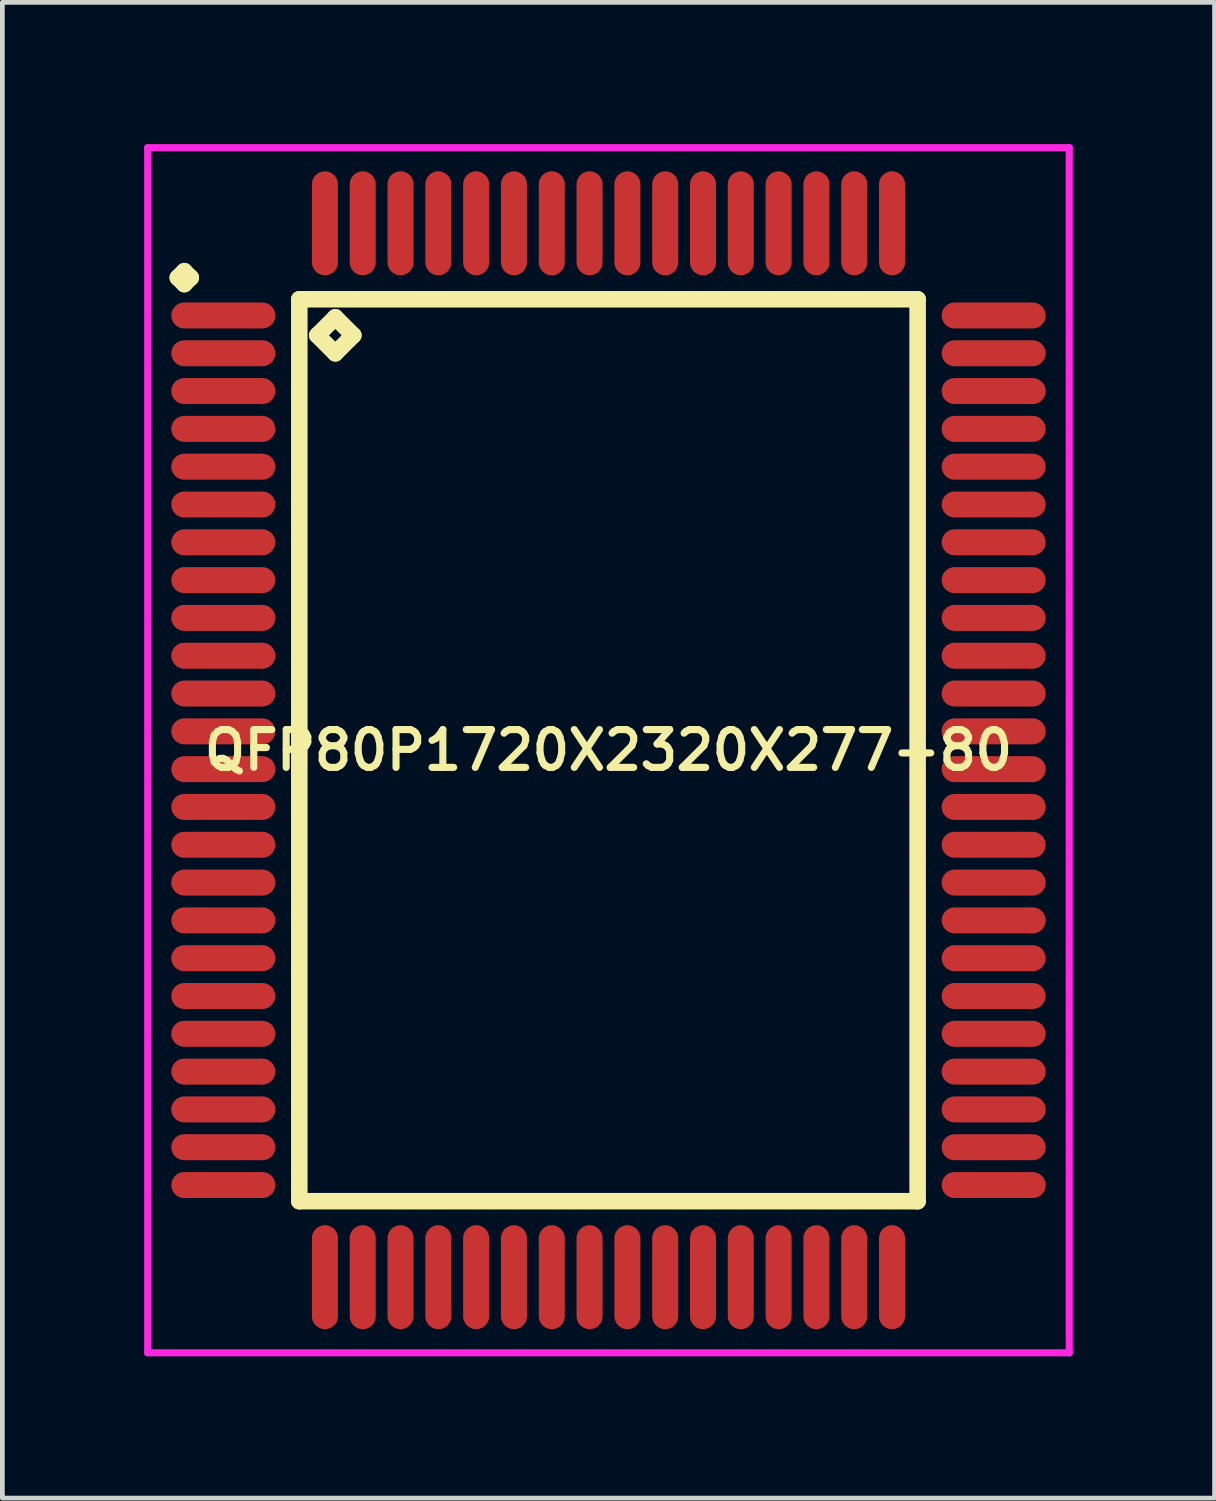
<source format=kicad_pcb>
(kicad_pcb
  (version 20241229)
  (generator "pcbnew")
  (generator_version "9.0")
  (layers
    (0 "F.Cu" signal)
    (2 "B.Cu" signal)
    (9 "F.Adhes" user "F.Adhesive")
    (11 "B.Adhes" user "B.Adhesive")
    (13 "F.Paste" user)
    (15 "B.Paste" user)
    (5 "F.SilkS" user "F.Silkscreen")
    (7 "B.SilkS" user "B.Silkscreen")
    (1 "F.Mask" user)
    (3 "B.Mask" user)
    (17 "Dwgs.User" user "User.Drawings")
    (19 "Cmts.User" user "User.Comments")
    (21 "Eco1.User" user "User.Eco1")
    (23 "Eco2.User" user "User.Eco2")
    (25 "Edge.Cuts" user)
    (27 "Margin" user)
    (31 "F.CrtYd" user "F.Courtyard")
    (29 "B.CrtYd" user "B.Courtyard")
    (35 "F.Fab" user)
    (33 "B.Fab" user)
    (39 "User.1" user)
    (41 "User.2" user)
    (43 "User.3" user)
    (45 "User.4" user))
  (footprint "QFP80P1720X2320X277-80"
    (layer "F.Cu")
    (at 9.825 12.825)
    (property "Reference" "QFP80P1720X2320X277-80" (at 0 0 0) (layer "F.SilkS") (effects (font (size 0.8 0.8) (thickness 0.15))))
    (attr smd)
    (fp_line (start -9.113 -10) (end -8.975 -10.137) (stroke (width 0.35) (type solid)) (layer "F.SilkS"))
    (fp_line (start -8.975 -10.137) (end -8.838 -10) (stroke (width 0.35) (type solid)) (layer "F.SilkS"))
    (fp_line (start -8.975 -9.863) (end -9.113 -10) (stroke (width 0.35) (type solid)) (layer "F.SilkS"))
    (fp_line (start -8.838 -10) (end -8.975 -9.863) (stroke (width 0.35) (type solid)) (layer "F.SilkS"))
    (fp_line (start -6.542 -9.542) (end -6.542 9.542) (stroke (width 0.35) (type solid)) (layer "F.SilkS"))
    (fp_line (start -6.542 9.542) (end 6.542 9.542) (stroke (width 0.35) (type solid)) (layer "F.SilkS"))
    (fp_line (start -6.161 -8.78) (end -5.78 -9.161) (stroke (width 0.35) (type solid)) (layer "F.SilkS"))
    (fp_line (start -5.78 -9.161) (end -5.399 -8.78) (stroke (width 0.35) (type solid)) (layer "F.SilkS"))
    (fp_line (start -5.78 -8.399) (end -6.161 -8.78) (stroke (width 0.35) (type solid)) (layer "F.SilkS"))
    (fp_line (start -5.399 -8.78) (end -5.78 -8.399) (stroke (width 0.35) (type solid)) (layer "F.SilkS"))
    (fp_line (start 6.542 -9.542) (end -6.542 -9.542) (stroke (width 0.35) (type solid)) (layer "F.SilkS"))
    (fp_line (start 6.542 9.542) (end 6.542 -9.542) (stroke (width 0.35) (type solid)) (layer "F.SilkS"))
    (fp_line (start -9.75 -12.75) (end 9.75 -12.75) (stroke (width 0.15) (type solid)) (layer "F.CrtYd"))
    (fp_line (start -9.75 12.75) (end -9.75 -12.75) (stroke (width 0.15) (type solid)) (layer "F.CrtYd"))
    (fp_line (start 9.75 -12.75) (end 9.75 12.75) (stroke (width 0.15) (type solid)) (layer "F.CrtYd"))
    (fp_line (start 9.75 12.75) (end -9.75 12.75) (stroke (width 0.15) (type solid)) (layer "F.CrtYd"))
    (pad "1" smd oval (at -8.15 -9.2) (size 2.2 0.55) (layers "F.Cu" "F.Mask" "F.Paste"))
    (pad "2" smd oval (at -8.15 -8.4) (size 2.2 0.55) (layers "F.Cu" "F.Mask" "F.Paste"))
    (pad "3" smd oval (at -8.15 -7.6) (size 2.2 0.55) (layers "F.Cu" "F.Mask" "F.Paste"))
    (pad "4" smd oval (at -8.15 -6.8) (size 2.2 0.55) (layers "F.Cu" "F.Mask" "F.Paste"))
    (pad "5" smd oval (at -8.15 -6) (size 2.2 0.55) (layers "F.Cu" "F.Mask" "F.Paste"))
    (pad "6" smd oval (at -8.15 -5.2) (size 2.2 0.55) (layers "F.Cu" "F.Mask" "F.Paste"))
    (pad "7" smd oval (at -8.15 -4.4) (size 2.2 0.55) (layers "F.Cu" "F.Mask" "F.Paste"))
    (pad "8" smd oval (at -8.15 -3.6) (size 2.2 0.55) (layers "F.Cu" "F.Mask" "F.Paste"))
    (pad "9" smd oval (at -8.15 -2.8) (size 2.2 0.55) (layers "F.Cu" "F.Mask" "F.Paste"))
    (pad "10" smd oval (at -8.15 -2) (size 2.2 0.55) (layers "F.Cu" "F.Mask" "F.Paste"))
    (pad "11" smd oval (at -8.15 -1.2) (size 2.2 0.55) (layers "F.Cu" "F.Mask" "F.Paste"))
    (pad "12" smd oval (at -8.15 -0.4) (size 2.2 0.55) (layers "F.Cu" "F.Mask" "F.Paste"))
    (pad "13" smd oval (at -8.15 0.4) (size 2.2 0.55) (layers "F.Cu" "F.Mask" "F.Paste"))
    (pad "14" smd oval (at -8.15 1.2) (size 2.2 0.55) (layers "F.Cu" "F.Mask" "F.Paste"))
    (pad "15" smd oval (at -8.15 2) (size 2.2 0.55) (layers "F.Cu" "F.Mask" "F.Paste"))
    (pad "16" smd oval (at -8.15 2.8) (size 2.2 0.55) (layers "F.Cu" "F.Mask" "F.Paste"))
    (pad "17" smd oval (at -8.15 3.6) (size 2.2 0.55) (layers "F.Cu" "F.Mask" "F.Paste"))
    (pad "18" smd oval (at -8.15 4.4) (size 2.2 0.55) (layers "F.Cu" "F.Mask" "F.Paste"))
    (pad "19" smd oval (at -8.15 5.2) (size 2.2 0.55) (layers "F.Cu" "F.Mask" "F.Paste"))
    (pad "20" smd oval (at -8.15 6) (size 2.2 0.55) (layers "F.Cu" "F.Mask" "F.Paste"))
    (pad "21" smd oval (at -8.15 6.8) (size 2.2 0.55) (layers "F.Cu" "F.Mask" "F.Paste"))
    (pad "22" smd oval (at -8.15 7.6) (size 2.2 0.55) (layers "F.Cu" "F.Mask" "F.Paste"))
    (pad "23" smd oval (at -8.15 8.4) (size 2.2 0.55) (layers "F.Cu" "F.Mask" "F.Paste"))
    (pad "24" smd oval (at -8.15 9.2) (size 2.2 0.55) (layers "F.Cu" "F.Mask" "F.Paste"))
    (pad "25" smd oval (at -6 11.15) (size 0.55 2.2) (layers "F.Cu" "F.Mask" "F.Paste"))
    (pad "26" smd oval (at -5.2 11.15) (size 0.55 2.2) (layers "F.Cu" "F.Mask" "F.Paste"))
    (pad "27" smd oval (at -4.4 11.15) (size 0.55 2.2) (layers "F.Cu" "F.Mask" "F.Paste"))
    (pad "28" smd oval (at -3.6 11.15) (size 0.55 2.2) (layers "F.Cu" "F.Mask" "F.Paste"))
    (pad "29" smd oval (at -2.8 11.15) (size 0.55 2.2) (layers "F.Cu" "F.Mask" "F.Paste"))
    (pad "30" smd oval (at -2 11.15) (size 0.55 2.2) (layers "F.Cu" "F.Mask" "F.Paste"))
    (pad "31" smd oval (at -1.2 11.15) (size 0.55 2.2) (layers "F.Cu" "F.Mask" "F.Paste"))
    (pad "32" smd oval (at -0.4 11.15) (size 0.55 2.2) (layers "F.Cu" "F.Mask" "F.Paste"))
    (pad "33" smd oval (at 0.4 11.15) (size 0.55 2.2) (layers "F.Cu" "F.Mask" "F.Paste"))
    (pad "34" smd oval (at 1.2 11.15) (size 0.55 2.2) (layers "F.Cu" "F.Mask" "F.Paste"))
    (pad "35" smd oval (at 2 11.15) (size 0.55 2.2) (layers "F.Cu" "F.Mask" "F.Paste"))
    (pad "36" smd oval (at 2.8 11.15) (size 0.55 2.2) (layers "F.Cu" "F.Mask" "F.Paste"))
    (pad "37" smd oval (at 3.6 11.15) (size 0.55 2.2) (layers "F.Cu" "F.Mask" "F.Paste"))
    (pad "38" smd oval (at 4.4 11.15) (size 0.55 2.2) (layers "F.Cu" "F.Mask" "F.Paste"))
    (pad "39" smd oval (at 5.2 11.15) (size 0.55 2.2) (layers "F.Cu" "F.Mask" "F.Paste"))
    (pad "40" smd oval (at 6 11.15) (size 0.55 2.2) (layers "F.Cu" "F.Mask" "F.Paste"))
    (pad "41" smd oval (at 8.15 9.2) (size 2.2 0.55) (layers "F.Cu" "F.Mask" "F.Paste"))
    (pad "42" smd oval (at 8.15 8.4) (size 2.2 0.55) (layers "F.Cu" "F.Mask" "F.Paste"))
    (pad "43" smd oval (at 8.15 7.6) (size 2.2 0.55) (layers "F.Cu" "F.Mask" "F.Paste"))
    (pad "44" smd oval (at 8.15 6.8) (size 2.2 0.55) (layers "F.Cu" "F.Mask" "F.Paste"))
    (pad "45" smd oval (at 8.15 6) (size 2.2 0.55) (layers "F.Cu" "F.Mask" "F.Paste"))
    (pad "46" smd oval (at 8.15 5.2) (size 2.2 0.55) (layers "F.Cu" "F.Mask" "F.Paste"))
    (pad "47" smd oval (at 8.15 4.4) (size 2.2 0.55) (layers "F.Cu" "F.Mask" "F.Paste"))
    (pad "48" smd oval (at 8.15 3.6) (size 2.2 0.55) (layers "F.Cu" "F.Mask" "F.Paste"))
    (pad "49" smd oval (at 8.15 2.8) (size 2.2 0.55) (layers "F.Cu" "F.Mask" "F.Paste"))
    (pad "50" smd oval (at 8.15 2) (size 2.2 0.55) (layers "F.Cu" "F.Mask" "F.Paste"))
    (pad "51" smd oval (at 8.15 1.2) (size 2.2 0.55) (layers "F.Cu" "F.Mask" "F.Paste"))
    (pad "52" smd oval (at 8.15 0.4) (size 2.2 0.55) (layers "F.Cu" "F.Mask" "F.Paste"))
    (pad "53" smd oval (at 8.15 -0.4) (size 2.2 0.55) (layers "F.Cu" "F.Mask" "F.Paste"))
    (pad "54" smd oval (at 8.15 -1.2) (size 2.2 0.55) (layers "F.Cu" "F.Mask" "F.Paste"))
    (pad "55" smd oval (at 8.15 -2) (size 2.2 0.55) (layers "F.Cu" "F.Mask" "F.Paste"))
    (pad "56" smd oval (at 8.15 -2.8) (size 2.2 0.55) (layers "F.Cu" "F.Mask" "F.Paste"))
    (pad "57" smd oval (at 8.15 -3.6) (size 2.2 0.55) (layers "F.Cu" "F.Mask" "F.Paste"))
    (pad "58" smd oval (at 8.15 -4.4) (size 2.2 0.55) (layers "F.Cu" "F.Mask" "F.Paste"))
    (pad "59" smd oval (at 8.15 -5.2) (size 2.2 0.55) (layers "F.Cu" "F.Mask" "F.Paste"))
    (pad "60" smd oval (at 8.15 -6) (size 2.2 0.55) (layers "F.Cu" "F.Mask" "F.Paste"))
    (pad "61" smd oval (at 8.15 -6.8) (size 2.2 0.55) (layers "F.Cu" "F.Mask" "F.Paste"))
    (pad "62" smd oval (at 8.15 -7.6) (size 2.2 0.55) (layers "F.Cu" "F.Mask" "F.Paste"))
    (pad "63" smd oval (at 8.15 -8.4) (size 2.2 0.55) (layers "F.Cu" "F.Mask" "F.Paste"))
    (pad "64" smd oval (at 8.15 -9.2) (size 2.2 0.55) (layers "F.Cu" "F.Mask" "F.Paste"))
    (pad "65" smd oval (at 6 -11.15) (size 0.55 2.2) (layers "F.Cu" "F.Mask" "F.Paste"))
    (pad "66" smd oval (at 5.2 -11.15) (size 0.55 2.2) (layers "F.Cu" "F.Mask" "F.Paste"))
    (pad "67" smd oval (at 4.4 -11.15) (size 0.55 2.2) (layers "F.Cu" "F.Mask" "F.Paste"))
    (pad "68" smd oval (at 3.6 -11.15) (size 0.55 2.2) (layers "F.Cu" "F.Mask" "F.Paste"))
    (pad "69" smd oval (at 2.8 -11.15) (size 0.55 2.2) (layers "F.Cu" "F.Mask" "F.Paste"))
    (pad "70" smd oval (at 2 -11.15) (size 0.55 2.2) (layers "F.Cu" "F.Mask" "F.Paste"))
    (pad "71" smd oval (at 1.2 -11.15) (size 0.55 2.2) (layers "F.Cu" "F.Mask" "F.Paste"))
    (pad "72" smd oval (at 0.4 -11.15) (size 0.55 2.2) (layers "F.Cu" "F.Mask" "F.Paste"))
    (pad "73" smd oval (at -0.4 -11.15) (size 0.55 2.2) (layers "F.Cu" "F.Mask" "F.Paste"))
    (pad "74" smd oval (at -1.2 -11.15) (size 0.55 2.2) (layers "F.Cu" "F.Mask" "F.Paste"))
    (pad "75" smd oval (at -2 -11.15) (size 0.55 2.2) (layers "F.Cu" "F.Mask" "F.Paste"))
    (pad "76" smd oval (at -2.8 -11.15) (size 0.55 2.2) (layers "F.Cu" "F.Mask" "F.Paste"))
    (pad "77" smd oval (at -3.6 -11.15) (size 0.55 2.2) (layers "F.Cu" "F.Mask" "F.Paste"))
    (pad "78" smd oval (at -4.4 -11.15) (size 0.55 2.2) (layers "F.Cu" "F.Mask" "F.Paste"))
    (pad "79" smd oval (at -5.2 -11.15) (size 0.55 2.2) (layers "F.Cu" "F.Mask" "F.Paste"))
    (pad "80" smd oval (at -6 -11.15) (size 0.55 2.2) (layers "F.Cu" "F.Mask" "F.Paste")))
  (gr_rect
    (start -3 -3)
    (end 22.65 28.65)
    (stroke (width 0.1) (type default))
    (fill no)
    (layer "Edge.Cuts")))
</source>
